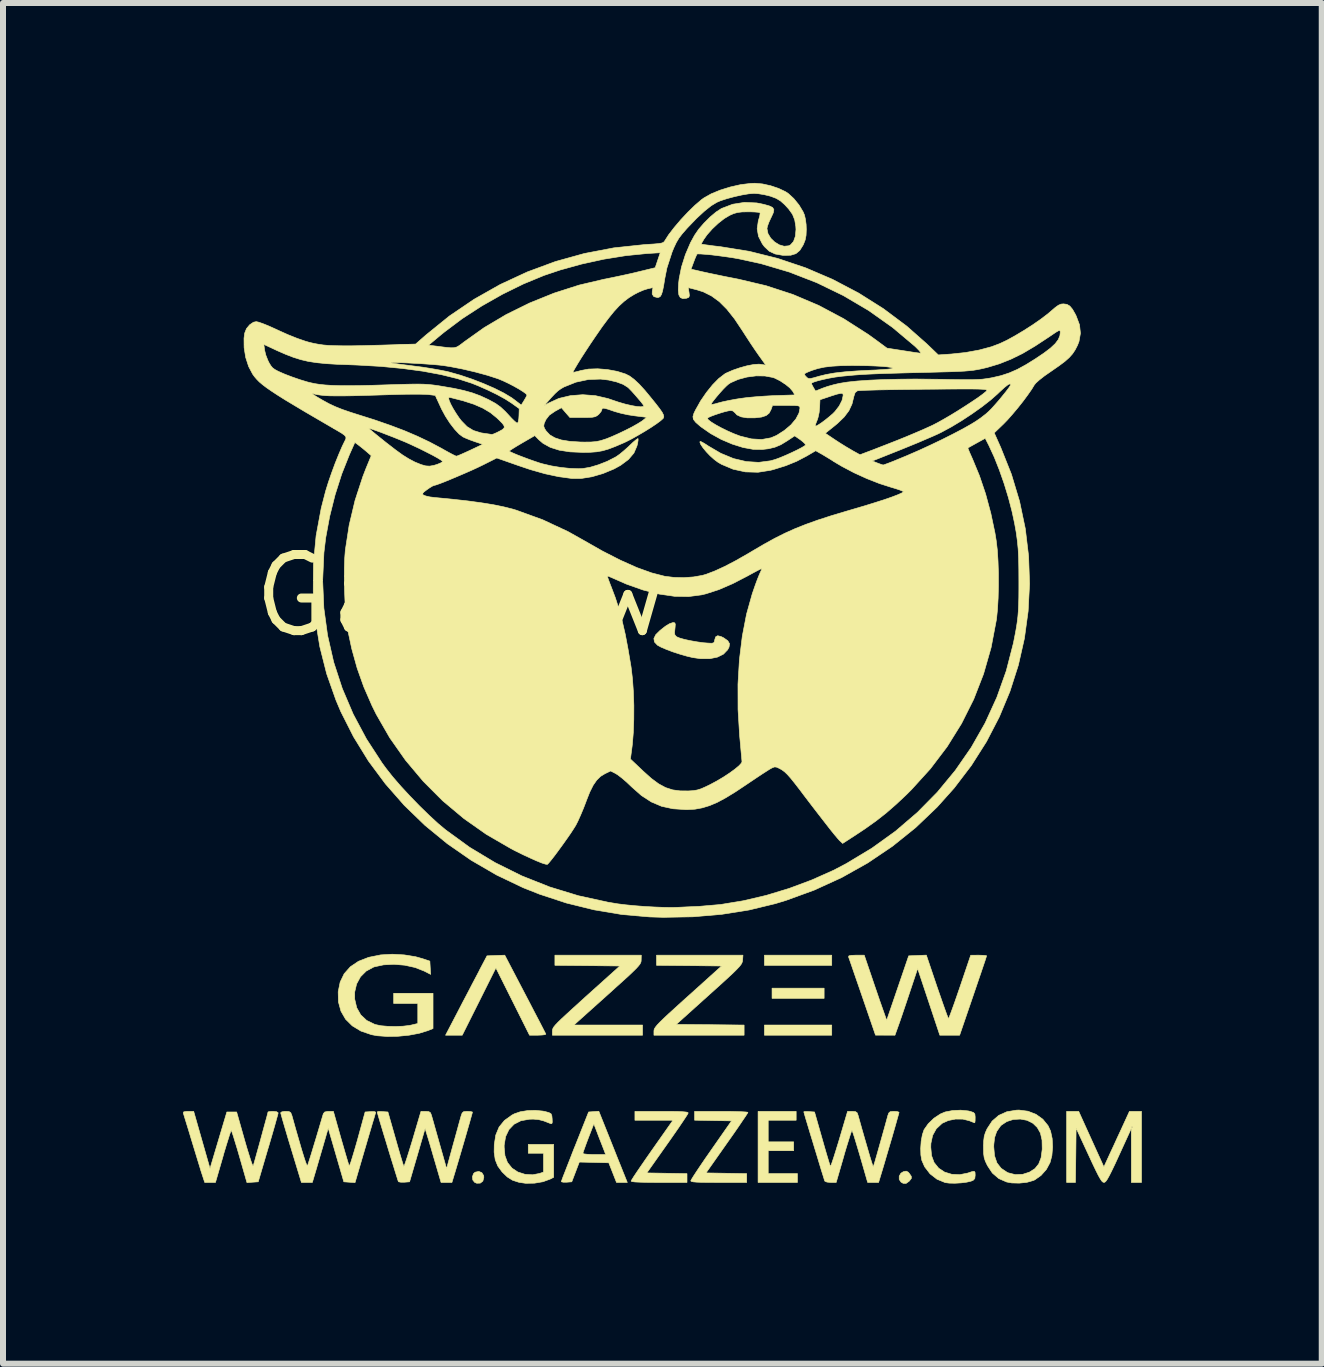
<source format=kicad_pcb>
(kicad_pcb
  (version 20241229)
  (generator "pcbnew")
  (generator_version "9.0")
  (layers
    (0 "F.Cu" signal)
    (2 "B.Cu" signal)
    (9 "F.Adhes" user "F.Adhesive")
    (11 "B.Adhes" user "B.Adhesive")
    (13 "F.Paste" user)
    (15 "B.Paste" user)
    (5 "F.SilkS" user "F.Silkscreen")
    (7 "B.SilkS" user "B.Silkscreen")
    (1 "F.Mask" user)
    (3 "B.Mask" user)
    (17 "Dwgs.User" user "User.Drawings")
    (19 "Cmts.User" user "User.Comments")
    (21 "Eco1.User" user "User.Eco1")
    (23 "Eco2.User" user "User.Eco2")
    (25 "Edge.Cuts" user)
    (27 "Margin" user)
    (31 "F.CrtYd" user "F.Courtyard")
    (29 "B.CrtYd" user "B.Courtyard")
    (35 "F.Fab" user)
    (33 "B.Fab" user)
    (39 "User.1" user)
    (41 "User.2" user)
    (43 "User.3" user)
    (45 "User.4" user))
  (footprint "Gazzew"
    (layer "F.Cu")
    (at 4.635 6.884)
    (property "Reference" "Gazzew" (at 0 0 0) (layer "F.SilkS") (effects (font (size 1.27 1.27) (thickness 0.15))))
    (attr through_hole)
    (fp_poly (pts (xy 6.054 6.71) (xy 5.186 6.71) (xy 5.186 6.54) (xy 6.054 6.54) (xy 6.054 6.71)) (stroke (width 0.01) (type solid)) (fill yes) (layer "F.SilkS"))
    (fp_poly (pts (xy 6.181 6.16) (xy 5.059 6.16) (xy 5.059 5.99) (xy 6.181 5.99) (xy 6.181 6.16)) (stroke (width 0.01) (type solid)) (fill yes) (layer "F.SilkS"))
    (fp_poly (pts (xy 6.181 7.324) (xy 5.059 7.324) (xy 5.059 7.154) (xy 6.181 7.154) (xy 6.181 7.324)) (stroke (width 0.01) (type solid)) (fill yes) (layer "F.SilkS"))
    (fp_poly (pts (xy 0.348 9.616) (xy 0.378 9.665) (xy 0.381 9.693) (xy 0.365 9.756) (xy 0.322 9.79) (xy 0.263 9.792) (xy 0.228 9.777) (xy 0.197 9.738) (xy 0.191 9.684) (xy 0.209 9.632) (xy 0.236 9.608) (xy 0.297 9.595) (xy 0.348 9.616)) (stroke (width 0.01) (type solid)) (fill yes) (layer "F.SilkS"))
    (fp_poly (pts (xy 5.588 8.742) (xy 5.122 8.742) (xy 5.122 9.102) (xy 5.546 9.102) (xy 5.546 9.25) (xy 5.122 9.25) (xy 5.122 9.631) (xy 5.609 9.631) (xy 5.609 9.779) (xy 4.953 9.779) (xy 4.953 8.594) (xy 5.588 8.594) (xy 5.588 8.742)) (stroke (width 0.01) (type solid)) (fill yes) (layer "F.SilkS"))
    (fp_poly (pts (xy 7.456 9.607) (xy 7.474 9.628) (xy 7.507 9.676) (xy 7.508 9.712) (xy 7.478 9.751) (xy 7.472 9.758) (xy 7.42 9.795) (xy 7.371 9.793) (xy 7.336 9.773) (xy 7.306 9.728) (xy 7.306 9.674) (xy 7.334 9.625) (xy 7.374 9.6) (xy 7.422 9.59) (xy 7.456 9.607)) (stroke (width 0.01) (type solid)) (fill yes) (layer "F.SilkS"))
    (fp_poly (pts (xy 1.069 6.639) (xy 1.149 6.792) (xy 1.222 6.933) (xy 1.287 7.057) (xy 1.341 7.161) (xy 1.382 7.241) (xy 1.407 7.29) (xy 1.415 7.306) (xy 1.399 7.315) (xy 1.352 7.321) (xy 1.282 7.324) (xy 1.143 7.324) (xy 0.582 6.202) (xy 0.302 6.763) (xy 0.021 7.324) (xy -0.257 7.324) (xy -0.039 6.906) (xy 0.034 6.765) (xy 0.111 6.619) (xy 0.184 6.478) (xy 0.25 6.353) (xy 0.302 6.254) (xy 0.306 6.244) (xy 0.434 6.001) (xy 0.582 5.995) (xy 0.73 5.99) (xy 1.069 6.639)) (stroke (width 0.01) (type solid)) (fill yes) (layer "F.SilkS"))
    (fp_poly (pts (xy 3.004 6.07) (xy 3.003 6.091) (xy 2.997 6.113) (xy 2.984 6.138) (xy 2.96 6.169) (xy 2.924 6.209) (xy 2.87 6.262) (xy 2.798 6.331) (xy 2.702 6.418) (xy 2.581 6.527) (xy 2.443 6.652) (xy 1.883 7.154) (xy 3.027 7.154) (xy 3.027 7.324) (xy 1.524 7.324) (xy 1.524 7.253) (xy 1.526 7.233) (xy 1.533 7.211) (xy 1.549 7.184) (xy 1.577 7.15) (xy 1.62 7.105) (xy 1.68 7.047) (xy 1.762 6.971) (xy 1.867 6.875) (xy 1.999 6.755) (xy 2.086 6.676) (xy 2.649 6.17) (xy 2.108 6.164) (xy 1.566 6.159) (xy 1.566 5.99) (xy 3.006 5.99) (xy 3.004 6.07)) (stroke (width 0.01) (type solid)) (fill yes) (layer "F.SilkS"))
    (fp_poly (pts (xy 4.695 6.072) (xy 4.692 6.095) (xy 4.684 6.118) (xy 4.669 6.145) (xy 4.643 6.178) (xy 4.604 6.22) (xy 4.548 6.276) (xy 4.471 6.348) (xy 4.372 6.439) (xy 4.246 6.553) (xy 4.139 6.649) (xy 3.589 7.144) (xy 4.155 7.149) (xy 4.72 7.155) (xy 4.72 7.324) (xy 3.217 7.324) (xy 3.217 7.255) (xy 3.219 7.235) (xy 3.227 7.213) (xy 3.245 7.186) (xy 3.274 7.15) (xy 3.318 7.104) (xy 3.381 7.043) (xy 3.464 6.965) (xy 3.572 6.867) (xy 3.707 6.744) (xy 3.781 6.678) (xy 4.345 6.17) (xy 3.802 6.164) (xy 3.26 6.159) (xy 3.26 5.99) (xy 4.701 5.99) (xy 4.695 6.072)) (stroke (width 0.01) (type solid)) (fill yes) (layer "F.SilkS"))
    (fp_poly (pts (xy 3.5 8.594) (xy 3.617 8.596) (xy 3.7 8.6) (xy 3.754 8.605) (xy 3.781 8.612) (xy 3.788 8.62) (xy 3.776 8.644) (xy 3.742 8.697) (xy 3.69 8.775) (xy 3.623 8.874) (xy 3.543 8.989) (xy 3.455 9.115) (xy 3.442 9.133) (xy 3.098 9.62) (xy 3.768 9.632) (xy 3.768 9.779) (xy 3.302 9.779) (xy 3.129 9.778) (xy 2.996 9.775) (xy 2.904 9.771) (xy 2.851 9.764) (xy 2.836 9.756) (xy 2.848 9.734) (xy 2.881 9.681) (xy 2.933 9.603) (xy 3 9.505) (xy 3.079 9.39) (xy 3.167 9.264) (xy 3.185 9.238) (xy 3.534 8.742) (xy 2.9 8.742) (xy 2.9 8.594) (xy 3.344 8.594) (xy 3.5 8.594)) (stroke (width 0.01) (type solid)) (fill yes) (layer "F.SilkS"))
    (fp_poly (pts (xy 4.471 8.594) (xy 4.588 8.597) (xy 4.682 8.6) (xy 4.749 8.604) (xy 4.781 8.609) (xy 4.784 8.611) (xy 4.772 8.632) (xy 4.739 8.683) (xy 4.687 8.759) (xy 4.621 8.857) (xy 4.542 8.971) (xy 4.453 9.097) (xy 4.434 9.124) (xy 4.085 9.62) (xy 4.424 9.626) (xy 4.763 9.632) (xy 4.763 9.779) (xy 4.297 9.779) (xy 4.138 9.778) (xy 4.018 9.777) (xy 3.931 9.774) (xy 3.874 9.769) (xy 3.842 9.762) (xy 3.831 9.753) (xy 3.831 9.752) (xy 3.843 9.728) (xy 3.876 9.674) (xy 3.927 9.596) (xy 3.994 9.496) (xy 4.072 9.381) (xy 4.16 9.255) (xy 4.171 9.239) (xy 4.511 8.752) (xy 4.203 8.747) (xy 3.895 8.741) (xy 3.895 8.594) (xy 4.339 8.594) (xy 4.471 8.594)) (stroke (width 0.01) (type solid)) (fill yes) (layer "F.SilkS"))
    (fp_poly (pts (xy 11.345 9.779) (xy 11.176 9.779) (xy 11.176 9.329) (xy 11.175 8.879) (xy 10.969 9.329) (xy 10.902 9.475) (xy 10.848 9.587) (xy 10.807 9.668) (xy 10.776 9.724) (xy 10.752 9.758) (xy 10.733 9.775) (xy 10.719 9.778) (xy 10.702 9.773) (xy 10.682 9.755) (xy 10.658 9.719) (xy 10.625 9.661) (xy 10.583 9.577) (xy 10.528 9.462) (xy 10.465 9.326) (xy 10.255 8.873) (xy 10.25 9.326) (xy 10.244 9.779) (xy 10.097 9.779) (xy 10.097 8.594) (xy 10.197 8.594) (xy 10.298 8.594) (xy 10.508 9.057) (xy 10.718 9.52) (xy 10.826 9.284) (xy 10.883 9.162) (xy 10.946 9.024) (xy 11.008 8.891) (xy 11.023 8.858) (xy 11.176 8.858) (xy 11.187 8.869) (xy 11.197 8.858) (xy 11.187 8.848) (xy 11.176 8.858) (xy 11.023 8.858) (xy 11.04 8.821) (xy 11.144 8.594) (xy 11.245 8.594) (xy 11.345 8.594) (xy 11.345 9.779)) (stroke (width 0.01) (type solid)) (fill yes) (layer "F.SilkS"))
    (fp_poly (pts (xy 3.566 0.451) (xy 3.573 0.475) (xy 3.569 0.529) (xy 3.567 0.549) (xy 3.56 0.613) (xy 3.566 0.65) (xy 3.587 0.675) (xy 3.602 0.685) (xy 3.649 0.704) (xy 3.727 0.726) (xy 3.825 0.747) (xy 3.933 0.766) (xy 4.039 0.781) (xy 4.117 0.787) (xy 4.18 0.79) (xy 4.212 0.783) (xy 4.225 0.762) (xy 4.23 0.734) (xy 4.246 0.683) (xy 4.28 0.664) (xy 4.338 0.679) (xy 4.38 0.7) (xy 4.448 0.748) (xy 4.477 0.797) (xy 4.469 0.854) (xy 4.446 0.898) (xy 4.376 0.971) (xy 4.275 1.021) (xy 4.147 1.047) (xy 3.995 1.047) (xy 3.863 1.028) (xy 3.762 1.004) (xy 3.648 0.971) (xy 3.531 0.933) (xy 3.423 0.892) (xy 3.334 0.854) (xy 3.276 0.822) (xy 3.276 0.822) (xy 3.226 0.769) (xy 3.216 0.711) (xy 3.248 0.646) (xy 3.318 0.577) (xy 3.408 0.506) (xy 3.477 0.464) (xy 3.53 0.446) (xy 3.546 0.445) (xy 3.566 0.451)) (stroke (width 0.01) (type solid)) (fill yes) (layer "F.SilkS"))
    (fp_poly (pts (xy 2.508 9.117) (xy 2.565 9.26) (xy 2.618 9.394) (xy 2.666 9.512) (xy 2.704 9.608) (xy 2.732 9.677) (xy 2.745 9.71) (xy 2.773 9.779) (xy 2.683 9.779) (xy 2.593 9.779) (xy 2.464 9.451) (xy 2.218 9.445) (xy 1.973 9.439) (xy 1.91 9.604) (xy 1.847 9.768) (xy 1.76 9.775) (xy 1.706 9.775) (xy 1.676 9.768) (xy 1.673 9.764) (xy 1.681 9.741) (xy 1.702 9.683) (xy 1.736 9.597) (xy 1.779 9.486) (xy 1.83 9.356) (xy 1.854 9.294) (xy 2.032 9.294) (xy 2.052 9.303) (xy 2.104 9.309) (xy 2.18 9.313) (xy 2.222 9.313) (xy 2.412 9.313) (xy 2.374 9.213) (xy 2.346 9.141) (xy 2.31 9.05) (xy 2.275 8.958) (xy 2.275 8.957) (xy 2.215 8.802) (xy 2.123 9.039) (xy 2.088 9.132) (xy 2.059 9.212) (xy 2.039 9.269) (xy 2.032 9.294) (xy 1.854 9.294) (xy 1.886 9.212) (xy 1.901 9.176) (xy 2.128 8.604) (xy 2.213 8.598) (xy 2.298 8.592) (xy 2.508 9.117)) (stroke (width 0.01) (type solid)) (fill yes) (layer "F.SilkS"))
    (fp_poly (pts (xy -0.946 5.985) (xy -0.755 6.016) (xy -0.635 6.05) (xy -0.519 6.089) (xy -0.506 6.31) (xy -0.613 6.255) (xy -0.766 6.195) (xy -0.938 6.157) (xy -1.117 6.142) (xy -1.29 6.151) (xy -1.444 6.184) (xy -1.46 6.19) (xy -1.58 6.255) (xy -1.675 6.35) (xy -1.74 6.469) (xy -1.772 6.605) (xy -1.772 6.721) (xy -1.738 6.866) (xy -1.671 6.985) (xy -1.572 7.078) (xy -1.44 7.142) (xy -1.424 7.147) (xy -1.336 7.166) (xy -1.22 7.176) (xy -1.092 7.179) (xy -0.967 7.174) (xy -0.858 7.161) (xy -0.829 7.155) (xy -0.72 7.129) (xy -0.72 6.795) (xy -1.122 6.795) (xy -1.122 6.625) (xy -0.466 6.625) (xy -0.466 7.213) (xy -0.553 7.248) (xy -0.696 7.292) (xy -0.866 7.324) (xy -1.049 7.342) (xy -1.23 7.345) (xy -1.397 7.333) (xy -1.493 7.315) (xy -1.668 7.255) (xy -1.812 7.168) (xy -1.924 7.057) (xy -2.001 6.923) (xy -2.043 6.769) (xy -2.047 6.6) (xy -2.014 6.438) (xy -1.947 6.299) (xy -1.844 6.183) (xy -1.709 6.092) (xy -1.54 6.026) (xy -1.338 5.985) (xy -1.335 5.985) (xy -1.145 5.974) (xy -0.946 5.985)) (stroke (width 0.01) (type solid)) (fill yes) (layer "F.SilkS"))
    (fp_poly (pts (xy 1.365 8.589) (xy 1.408 8.598) (xy 1.47 8.616) (xy 1.502 8.635) (xy 1.515 8.667) (xy 1.52 8.718) (xy 1.522 8.775) (xy 1.515 8.798) (xy 1.496 8.798) (xy 1.488 8.795) (xy 1.38 8.753) (xy 1.291 8.73) (xy 1.203 8.723) (xy 1.139 8.725) (xy 0.999 8.75) (xy 0.885 8.808) (xy 0.8 8.897) (xy 0.744 9.014) (xy 0.72 9.157) (xy 0.72 9.191) (xy 0.733 9.332) (xy 0.775 9.446) (xy 0.849 9.538) (xy 0.85 9.54) (xy 0.948 9.605) (xy 1.067 9.643) (xy 1.194 9.651) (xy 1.309 9.629) (xy 1.376 9.606) (xy 1.376 9.292) (xy 1.122 9.292) (xy 1.122 9.144) (xy 1.545 9.144) (xy 1.545 9.693) (xy 1.487 9.723) (xy 1.366 9.767) (xy 1.224 9.791) (xy 1.078 9.793) (xy 0.968 9.777) (xy 0.86 9.742) (xy 0.772 9.687) (xy 0.685 9.603) (xy 0.683 9.6) (xy 0.613 9.504) (xy 0.571 9.399) (xy 0.553 9.275) (xy 0.555 9.149) (xy 0.58 8.989) (xy 0.635 8.856) (xy 0.724 8.746) (xy 0.849 8.656) (xy 0.889 8.635) (xy 0.987 8.601) (xy 1.109 8.581) (xy 1.24 8.577) (xy 1.365 8.589)) (stroke (width 0.01) (type solid)) (fill yes) (layer "F.SilkS"))
    (fp_poly (pts (xy 7.937 6.519) (xy 7.986 6.66) (xy 8.03 6.787) (xy 8.068 6.894) (xy 8.098 6.977) (xy 8.119 7.03) (xy 8.128 7.048) (xy 8.137 7.029) (xy 8.158 6.975) (xy 8.189 6.891) (xy 8.228 6.783) (xy 8.272 6.656) (xy 8.319 6.52) (xy 8.498 5.991) (xy 8.631 5.99) (xy 8.699 5.992) (xy 8.747 5.996) (xy 8.763 6) (xy 8.756 6.022) (xy 8.738 6.079) (xy 8.708 6.167) (xy 8.67 6.28) (xy 8.624 6.414) (xy 8.573 6.564) (xy 8.538 6.667) (xy 8.313 7.324) (xy 7.983 7.324) (xy 7.798 6.768) (xy 7.613 6.213) (xy 7.479 6.615) (xy 7.434 6.75) (xy 7.389 6.883) (xy 7.348 7.004) (xy 7.314 7.103) (xy 7.29 7.17) (xy 7.235 7.324) (xy 6.911 7.323) (xy 6.691 6.683) (xy 6.637 6.526) (xy 6.587 6.382) (xy 6.543 6.254) (xy 6.507 6.149) (xy 6.48 6.071) (xy 6.464 6.026) (xy 6.461 6.017) (xy 6.468 6.001) (xy 6.506 5.993) (xy 6.58 5.99) (xy 6.587 5.99) (xy 6.723 5.99) (xy 6.847 6.355) (xy 6.892 6.488) (xy 6.938 6.622) (xy 6.98 6.745) (xy 7.016 6.847) (xy 7.034 6.898) (xy 7.097 7.076) (xy 7.464 6.001) (xy 7.758 5.989) (xy 7.937 6.519)) (stroke (width 0.01) (type solid)) (fill yes) (layer "F.SilkS"))
    (fp_poly (pts (xy 8.455 8.586) (xy 8.493 8.595) (xy 8.545 8.613) (xy 8.567 8.638) (xy 8.572 8.686) (xy 8.572 8.7) (xy 8.571 8.753) (xy 8.566 8.782) (xy 8.565 8.784) (xy 8.542 8.777) (xy 8.495 8.758) (xy 8.475 8.75) (xy 8.367 8.723) (xy 8.245 8.722) (xy 8.125 8.746) (xy 8.025 8.791) (xy 8.019 8.795) (xy 7.924 8.884) (xy 7.863 8.994) (xy 7.834 9.128) (xy 7.832 9.191) (xy 7.845 9.332) (xy 7.887 9.446) (xy 7.961 9.538) (xy 7.962 9.54) (xy 8.062 9.606) (xy 8.183 9.643) (xy 8.315 9.649) (xy 8.446 9.623) (xy 8.456 9.62) (xy 8.521 9.598) (xy 8.556 9.593) (xy 8.57 9.611) (xy 8.572 9.652) (xy 8.572 9.661) (xy 8.566 9.713) (xy 8.54 9.742) (xy 8.504 9.757) (xy 8.432 9.774) (xy 8.337 9.786) (xy 8.234 9.792) (xy 8.139 9.79) (xy 8.072 9.781) (xy 7.936 9.725) (xy 7.82 9.635) (xy 7.73 9.518) (xy 7.683 9.411) (xy 7.667 9.322) (xy 7.664 9.21) (xy 7.672 9.092) (xy 7.692 8.983) (xy 7.72 8.9) (xy 7.721 8.898) (xy 7.79 8.8) (xy 7.884 8.709) (xy 7.991 8.638) (xy 8.071 8.604) (xy 8.195 8.58) (xy 8.33 8.574) (xy 8.455 8.586)) (stroke (width 0.01) (type solid)) (fill yes) (layer "F.SilkS"))
    (fp_poly (pts (xy 9.451 8.591) (xy 9.586 8.643) (xy 9.7 8.725) (xy 9.787 8.832) (xy 9.829 8.922) (xy 9.856 9.047) (xy 9.863 9.189) (xy 9.851 9.331) (xy 9.821 9.446) (xy 9.759 9.562) (xy 9.67 9.662) (xy 9.565 9.736) (xy 9.539 9.747) (xy 9.434 9.777) (xy 9.308 9.79) (xy 9.183 9.787) (xy 9.096 9.771) (xy 8.966 9.714) (xy 8.859 9.622) (xy 8.774 9.494) (xy 8.774 9.492) (xy 8.741 9.423) (xy 8.722 9.363) (xy 8.713 9.297) (xy 8.711 9.208) (xy 8.711 9.186) (xy 8.882 9.186) (xy 8.895 9.335) (xy 8.935 9.453) (xy 9.005 9.543) (xy 9.105 9.61) (xy 9.123 9.618) (xy 9.24 9.648) (xy 9.365 9.643) (xy 9.477 9.607) (xy 9.568 9.549) (xy 9.631 9.471) (xy 9.671 9.368) (xy 9.689 9.234) (xy 9.69 9.22) (xy 9.687 9.073) (xy 9.66 8.955) (xy 9.607 8.862) (xy 9.536 8.793) (xy 9.438 8.743) (xy 9.325 8.722) (xy 9.207 8.729) (xy 9.098 8.764) (xy 9.008 8.824) (xy 8.993 8.84) (xy 8.931 8.929) (xy 8.896 9.03) (xy 8.882 9.155) (xy 8.882 9.186) (xy 8.711 9.186) (xy 8.711 9.185) (xy 8.714 9.086) (xy 8.723 9.012) (xy 8.742 8.949) (xy 8.771 8.884) (xy 8.855 8.756) (xy 8.965 8.661) (xy 9.1 8.6) (xy 9.258 8.574) (xy 9.303 8.572) (xy 9.451 8.591)) (stroke (width 0.01) (type solid)) (fill yes) (layer "F.SilkS"))
    (fp_poly (pts (xy -3.073 8.6) (xy -3.049 8.617) (xy -3.048 8.62) (xy -3.054 8.647) (xy -3.071 8.708) (xy -3.096 8.799) (xy -3.129 8.915) (xy -3.168 9.049) (xy -3.211 9.196) (xy -3.215 9.207) (xy -3.38 9.768) (xy -3.568 9.781) (xy -3.693 9.346) (xy -3.73 9.218) (xy -3.765 9.105) (xy -3.793 9.012) (xy -3.815 8.947) (xy -3.828 8.914) (xy -3.83 8.911) (xy -3.839 8.931) (xy -3.858 8.985) (xy -3.884 9.068) (xy -3.917 9.174) (xy -3.954 9.297) (xy -3.967 9.345) (xy -4.093 9.779) (xy -4.272 9.779) (xy -4.315 9.647) (xy -4.335 9.586) (xy -4.363 9.493) (xy -4.399 9.376) (xy -4.439 9.245) (xy -4.481 9.107) (xy -4.489 9.081) (xy -4.528 8.951) (xy -4.564 8.834) (xy -4.594 8.737) (xy -4.616 8.665) (xy -4.628 8.625) (xy -4.63 8.62) (xy -4.622 8.602) (xy -4.578 8.595) (xy -4.548 8.594) (xy -4.456 8.594) (xy -4.32 9.071) (xy -4.184 9.547) (xy -3.903 8.604) (xy -3.74 8.604) (xy -3.608 9.07) (xy -3.57 9.201) (xy -3.535 9.314) (xy -3.506 9.406) (xy -3.483 9.471) (xy -3.468 9.502) (xy -3.464 9.504) (xy -3.455 9.474) (xy -3.437 9.412) (xy -3.413 9.325) (xy -3.384 9.221) (xy -3.352 9.106) (xy -3.32 8.988) (xy -3.289 8.874) (xy -3.261 8.772) (xy -3.238 8.688) (xy -3.223 8.63) (xy -3.217 8.605) (xy -3.217 8.604) (xy -3.199 8.598) (xy -3.152 8.594) (xy -3.133 8.594) (xy -3.073 8.6)) (stroke (width 0.01) (type solid)) (fill yes) (layer "F.SilkS"))
    (fp_poly (pts (xy -2.867 8.597) (xy -2.838 8.615) (xy -2.821 8.657) (xy -2.819 8.662) (xy -2.755 8.891) (xy -2.7 9.081) (xy -2.656 9.233) (xy -2.62 9.349) (xy -2.593 9.431) (xy -2.574 9.481) (xy -2.562 9.5) (xy -2.559 9.499) (xy -2.549 9.471) (xy -2.528 9.406) (xy -2.497 9.308) (xy -2.459 9.182) (xy -2.413 9.031) (xy -2.362 8.86) (xy -2.307 8.673) (xy -2.294 8.631) (xy -2.271 8.604) (xy -2.217 8.594) (xy -2.205 8.594) (xy -2.127 8.594) (xy -2.002 9.038) (xy -1.964 9.169) (xy -1.93 9.287) (xy -1.901 9.385) (xy -1.879 9.457) (xy -1.866 9.497) (xy -1.864 9.502) (xy -1.855 9.489) (xy -1.836 9.44) (xy -1.811 9.361) (xy -1.78 9.258) (xy -1.744 9.135) (xy -1.724 9.064) (xy -1.598 8.604) (xy -1.505 8.598) (xy -1.447 8.597) (xy -1.423 8.606) (xy -1.423 8.619) (xy -1.432 8.646) (xy -1.45 8.708) (xy -1.478 8.799) (xy -1.512 8.915) (xy -1.552 9.05) (xy -1.595 9.198) (xy -1.6 9.214) (xy -1.766 9.781) (xy -1.86 9.775) (xy -1.953 9.768) (xy -2.083 9.321) (xy -2.213 8.873) (xy -2.306 9.194) (xy -2.342 9.316) (xy -2.377 9.436) (xy -2.408 9.543) (xy -2.432 9.624) (xy -2.439 9.647) (xy -2.478 9.779) (xy -2.66 9.779) (xy -2.833 9.209) (xy -2.878 9.061) (xy -2.918 8.925) (xy -2.953 8.807) (xy -2.98 8.713) (xy -2.998 8.648) (xy -3.006 8.618) (xy -3.006 8.617) (xy -2.987 8.602) (xy -2.94 8.594) (xy -2.922 8.594) (xy -2.867 8.597)) (stroke (width 0.01) (type solid)) (fill yes) (layer "F.SilkS"))
    (fp_poly (pts (xy 0.159 8.597) (xy 0.189 8.604) (xy 0.191 8.607) (xy 0.185 8.631) (xy 0.169 8.688) (xy 0.145 8.774) (xy 0.114 8.881) (xy 0.079 9.003) (xy 0.041 9.133) (xy 0.002 9.266) (xy -0.036 9.395) (xy -0.071 9.513) (xy -0.098 9.604) (xy -0.151 9.779) (xy -0.332 9.779) (xy -0.423 9.467) (xy -0.459 9.345) (xy -0.494 9.224) (xy -0.525 9.118) (xy -0.55 9.036) (xy -0.556 9.017) (xy -0.598 8.879) (xy -0.727 9.324) (xy -0.857 9.768) (xy -0.945 9.775) (xy -1.002 9.775) (xy -1.038 9.768) (xy -1.043 9.764) (xy -1.052 9.741) (xy -1.07 9.683) (xy -1.097 9.597) (xy -1.13 9.49) (xy -1.168 9.368) (xy -1.208 9.237) (xy -1.248 9.104) (xy -1.288 8.974) (xy -1.324 8.854) (xy -1.355 8.751) (xy -1.378 8.671) (xy -1.393 8.619) (xy -1.397 8.603) (xy -1.378 8.597) (xy -1.331 8.596) (xy -1.308 8.598) (xy -1.218 8.604) (xy -1.09 9.053) (xy -1.053 9.183) (xy -1.019 9.3) (xy -0.99 9.397) (xy -0.968 9.468) (xy -0.955 9.506) (xy -0.952 9.511) (xy -0.944 9.495) (xy -0.925 9.443) (xy -0.898 9.362) (xy -0.865 9.257) (xy -0.827 9.134) (xy -0.804 9.058) (xy -0.667 8.594) (xy -0.588 8.594) (xy -0.536 8.598) (xy -0.508 8.617) (xy -0.49 8.664) (xy -0.488 8.673) (xy -0.475 8.718) (xy -0.453 8.796) (xy -0.424 8.899) (xy -0.39 9.019) (xy -0.354 9.147) (xy -0.353 9.15) (xy -0.24 9.548) (xy -0.131 9.15) (xy -0.095 9.021) (xy -0.062 8.901) (xy -0.034 8.798) (xy -0.012 8.719) (xy 0.001 8.673) (xy 0.001 8.673) (xy 0.019 8.622) (xy 0.044 8.599) (xy 0.093 8.594) (xy 0.107 8.594) (xy 0.159 8.597)) (stroke (width 0.01) (type solid)) (fill yes) (layer "F.SilkS"))
    (fp_poly (pts (xy 7.271 8.597) (xy 7.3 8.607) (xy 7.303 8.61) (xy 7.297 8.635) (xy 7.28 8.695) (xy 7.255 8.784) (xy 7.223 8.897) (xy 7.185 9.029) (xy 7.142 9.174) (xy 7.097 9.327) (xy 7.052 9.481) (xy 7.015 9.604) (xy 6.962 9.779) (xy 6.78 9.779) (xy 6.655 9.345) (xy 6.617 9.217) (xy 6.583 9.104) (xy 6.555 9.012) (xy 6.533 8.947) (xy 6.52 8.914) (xy 6.518 8.911) (xy 6.509 8.931) (xy 6.49 8.985) (xy 6.464 9.068) (xy 6.431 9.174) (xy 6.394 9.297) (xy 6.381 9.345) (xy 6.255 9.779) (xy 6.164 9.779) (xy 6.102 9.773) (xy 6.067 9.758) (xy 6.064 9.753) (xy 6.054 9.723) (xy 6.035 9.661) (xy 6.007 9.572) (xy 5.974 9.463) (xy 5.937 9.34) (xy 5.897 9.209) (xy 5.857 9.076) (xy 5.818 8.949) (xy 5.783 8.832) (xy 5.753 8.733) (xy 5.731 8.657) (xy 5.718 8.612) (xy 5.715 8.601) (xy 5.734 8.596) (xy 5.781 8.596) (xy 5.804 8.598) (xy 5.894 8.604) (xy 6.022 9.053) (xy 6.059 9.183) (xy 6.093 9.3) (xy 6.122 9.397) (xy 6.144 9.468) (xy 6.157 9.506) (xy 6.16 9.511) (xy 6.168 9.495) (xy 6.187 9.443) (xy 6.214 9.362) (xy 6.247 9.257) (xy 6.285 9.134) (xy 6.308 9.058) (xy 6.445 8.594) (xy 6.524 8.594) (xy 6.577 8.598) (xy 6.605 8.618) (xy 6.621 8.662) (xy 6.68 8.873) (xy 6.733 9.058) (xy 6.779 9.216) (xy 6.816 9.343) (xy 6.845 9.437) (xy 6.864 9.496) (xy 6.873 9.516) (xy 6.874 9.516) (xy 6.881 9.494) (xy 6.899 9.438) (xy 6.924 9.351) (xy 6.955 9.242) (xy 6.991 9.114) (xy 7.03 8.975) (xy 7.071 8.829) (xy 7.111 8.683) (xy 7.113 8.673) (xy 7.131 8.622) (xy 7.156 8.599) (xy 7.204 8.594) (xy 7.219 8.594) (xy 7.271 8.597)) (stroke (width 0.01) (type solid)) (fill yes) (layer "F.SilkS"))
    (fp_poly (pts (xy 5.025 -6.868) (xy 5.161 -6.838) (xy 5.295 -6.793) (xy 5.409 -6.739) (xy 5.455 -6.709) (xy 5.548 -6.624) (xy 5.635 -6.517) (xy 5.703 -6.404) (xy 5.726 -6.35) (xy 5.742 -6.281) (xy 5.754 -6.191) (xy 5.757 -6.108) (xy 5.753 -6.01) (xy 5.738 -5.933) (xy 5.708 -5.857) (xy 5.701 -5.844) (xy 5.648 -5.759) (xy 5.583 -5.705) (xy 5.498 -5.679) (xy 5.386 -5.677) (xy 5.361 -5.678) (xy 5.237 -5.7) (xy 5.139 -5.746) (xy 5.058 -5.823) (xy 5.023 -5.87) (xy 4.96 -5.994) (xy 4.938 -6.12) (xy 4.957 -6.252) (xy 4.962 -6.268) (xy 4.98 -6.33) (xy 4.987 -6.375) (xy 4.984 -6.389) (xy 4.958 -6.395) (xy 4.9 -6.4) (xy 4.822 -6.403) (xy 4.787 -6.403) (xy 4.687 -6.401) (xy 4.612 -6.392) (xy 4.547 -6.374) (xy 4.481 -6.345) (xy 4.39 -6.291) (xy 4.288 -6.211) (xy 4.189 -6.118) (xy 4.103 -6.021) (xy 4.048 -5.943) (xy 4.003 -5.865) (xy 4.07 -5.854) (xy 4.122 -5.847) (xy 4.202 -5.836) (xy 4.295 -5.825) (xy 4.329 -5.821) (xy 4.806 -5.744) (xy 5.279 -5.626) (xy 5.743 -5.47) (xy 6.194 -5.277) (xy 6.628 -5.049) (xy 7.042 -4.788) (xy 7.431 -4.497) (xy 7.762 -4.205) (xy 7.958 -4.017) (xy 8.175 -4.032) (xy 8.411 -4.057) (xy 8.637 -4.098) (xy 8.843 -4.153) (xy 8.981 -4.205) (xy 9.1 -4.261) (xy 9.238 -4.337) (xy 9.385 -4.425) (xy 9.532 -4.519) (xy 9.667 -4.613) (xy 9.78 -4.699) (xy 9.832 -4.743) (xy 9.905 -4.806) (xy 9.959 -4.845) (xy 10.003 -4.864) (xy 10.044 -4.868) (xy 10.102 -4.86) (xy 10.15 -4.832) (xy 10.195 -4.778) (xy 10.245 -4.69) (xy 10.256 -4.667) (xy 10.312 -4.518) (xy 10.327 -4.378) (xy 10.303 -4.241) (xy 10.278 -4.177) (xy 10.239 -4.101) (xy 10.196 -4.036) (xy 10.14 -3.973) (xy 10.067 -3.908) (xy 9.969 -3.835) (xy 9.841 -3.746) (xy 9.838 -3.744) (xy 9.73 -3.669) (xy 9.644 -3.602) (xy 9.584 -3.548) (xy 9.558 -3.516) (xy 9.515 -3.445) (xy 9.45 -3.352) (xy 9.371 -3.245) (xy 9.283 -3.134) (xy 9.193 -3.027) (xy 9.11 -2.933) (xy 9.046 -2.867) (xy 8.89 -2.717) (xy 8.998 -2.475) (xy 9.176 -2.029) (xy 9.312 -1.577) (xy 9.408 -1.12) (xy 9.463 -0.661) (xy 9.479 -0.201) (xy 9.455 0.256) (xy 9.393 0.709) (xy 9.292 1.155) (xy 9.152 1.592) (xy 8.975 2.017) (xy 8.761 2.43) (xy 8.509 2.827) (xy 8.221 3.205) (xy 7.938 3.521) (xy 7.58 3.863) (xy 7.193 4.174) (xy 6.781 4.452) (xy 6.346 4.696) (xy 5.889 4.905) (xy 5.414 5.078) (xy 5.239 5.131) (xy 4.805 5.236) (xy 4.346 5.309) (xy 3.868 5.35) (xy 3.374 5.359) (xy 3.143 5.352) (xy 2.684 5.312) (xy 2.219 5.234) (xy 1.756 5.12) (xy 1.304 4.971) (xy 1.037 4.865) (xy 0.593 4.653) (xy 0.17 4.407) (xy -0.228 4.131) (xy -0.601 3.825) (xy -0.946 3.491) (xy -1.26 3.133) (xy -1.543 2.752) (xy -1.791 2.349) (xy -2.004 1.928) (xy -2.085 1.736) (xy -2.239 1.299) (xy -2.353 0.849) (xy -2.428 0.39) (xy -2.463 -0.074) (xy -2.462 -0.256) (xy -2.306 -0.256) (xy -2.286 0.204) (xy -2.224 0.659) (xy -2.122 1.106) (xy -1.979 1.544) (xy -1.797 1.971) (xy -1.576 2.385) (xy -1.316 2.785) (xy -1.247 2.879) (xy -1.137 3.018) (xy -1.002 3.174) (xy -0.85 3.338) (xy -0.69 3.503) (xy -0.531 3.658) (xy -0.38 3.797) (xy -0.254 3.902) (xy 0.145 4.192) (xy 0.569 4.447) (xy 1.014 4.668) (xy 1.477 4.852) (xy 1.958 4.999) (xy 2.452 5.107) (xy 2.614 5.134) (xy 2.743 5.15) (xy 2.896 5.165) (xy 3.062 5.178) (xy 3.228 5.187) (xy 3.384 5.193) (xy 3.517 5.195) (xy 3.588 5.193) (xy 3.661 5.19) (xy 3.763 5.185) (xy 3.878 5.18) (xy 3.971 5.176) (xy 4.329 5.145) (xy 4.705 5.083) (xy 5.089 4.993) (xy 5.474 4.876) (xy 5.851 4.735) (xy 6.212 4.574) (xy 6.424 4.463) (xy 6.849 4.207) (xy 7.245 3.922) (xy 7.609 3.61) (xy 7.942 3.272) (xy 8.241 2.91) (xy 8.507 2.526) (xy 8.738 2.12) (xy 8.933 1.693) (xy 9.091 1.249) (xy 9.21 0.787) (xy 9.244 0.614) (xy 9.262 0.513) (xy 9.275 0.424) (xy 9.285 0.338) (xy 9.292 0.248) (xy 9.297 0.146) (xy 9.3 0.022) (xy 9.301 -0.132) (xy 9.301 -0.233) (xy 9.3 -0.445) (xy 9.297 -0.624) (xy 9.289 -0.78) (xy 9.275 -0.922) (xy 9.256 -1.061) (xy 9.23 -1.205) (xy 9.196 -1.365) (xy 9.184 -1.418) (xy 9.126 -1.64) (xy 9.055 -1.872) (xy 8.975 -2.1) (xy 8.891 -2.312) (xy 8.807 -2.494) (xy 8.807 -2.495) (xy 8.74 -2.627) (xy 8.598 -2.549) (xy 8.53 -2.511) (xy 8.478 -2.482) (xy 8.452 -2.467) (xy 8.451 -2.466) (xy 8.457 -2.447) (xy 8.477 -2.397) (xy 8.508 -2.327) (xy 8.529 -2.28) (xy 8.643 -2.004) (xy 8.746 -1.7) (xy 8.833 -1.377) (xy 8.902 -1.05) (xy 8.923 -0.921) (xy 8.941 -0.767) (xy 8.953 -0.582) (xy 8.96 -0.379) (xy 8.96 -0.169) (xy 8.955 0.037) (xy 8.944 0.226) (xy 8.928 0.387) (xy 8.925 0.403) (xy 8.838 0.861) (xy 8.712 1.301) (xy 8.548 1.723) (xy 8.345 2.128) (xy 8.105 2.514) (xy 7.826 2.882) (xy 7.509 3.231) (xy 7.427 3.313) (xy 7.252 3.477) (xy 7.088 3.62) (xy 6.921 3.751) (xy 6.737 3.882) (xy 6.591 3.979) (xy 6.363 4.127) (xy 6.312 4.08) (xy 6.281 4.045) (xy 6.226 3.98) (xy 6.152 3.888) (xy 6.062 3.772) (xy 5.957 3.637) (xy 5.84 3.485) (xy 5.715 3.321) (xy 5.656 3.242) (xy 5.567 3.127) (xy 5.498 3.041) (xy 5.442 2.978) (xy 5.395 2.933) (xy 5.35 2.9) (xy 5.311 2.878) (xy 5.264 2.856) (xy 5.23 2.851) (xy 5.191 2.865) (xy 5.147 2.889) (xy 5.1 2.919) (xy 5.025 2.967) (xy 4.933 3.028) (xy 4.83 3.097) (xy 4.768 3.139) (xy 4.579 3.265) (xy 4.416 3.365) (xy 4.273 3.442) (xy 4.143 3.497) (xy 4.021 3.534) (xy 3.901 3.556) (xy 3.777 3.563) (xy 3.747 3.563) (xy 3.534 3.549) (xy 3.345 3.508) (xy 3.173 3.435) (xy 3.008 3.328) (xy 2.844 3.183) (xy 2.841 3.18) (xy 2.762 3.105) (xy 2.684 3.038) (xy 2.618 2.987) (xy 2.579 2.962) (xy 2.495 2.919) (xy 2.401 2.964) (xy 2.327 3.009) (xy 2.263 3.072) (xy 2.204 3.157) (xy 2.147 3.271) (xy 2.088 3.42) (xy 2.085 3.43) (xy 2.041 3.544) (xy 1.993 3.658) (xy 1.948 3.758) (xy 1.914 3.825) (xy 1.879 3.881) (xy 1.829 3.958) (xy 1.767 4.047) (xy 1.699 4.143) (xy 1.629 4.239) (xy 1.564 4.327) (xy 1.507 4.4) (xy 1.464 4.452) (xy 1.441 4.476) (xy 1.411 4.473) (xy 1.35 4.454) (xy 1.263 4.419) (xy 1.156 4.371) (xy 1.033 4.314) (xy 0.901 4.249) (xy 0.826 4.209) (xy 0.425 3.977) (xy 0.047 3.711) (xy -0.306 3.415) (xy -0.63 3.09) (xy -0.925 2.739) (xy -1.187 2.366) (xy -1.413 1.973) (xy -1.483 1.831) (xy -1.62 1.517) (xy -1.731 1.205) (xy -1.821 0.881) (xy -1.887 0.572) (xy -1.906 0.444) (xy -1.921 0.284) (xy -1.933 0.103) (xy -1.941 -0.09) (xy -1.945 -0.284) (xy -1.945 -0.331) (xy 2.441 -0.331) (xy 2.445 -0.31) (xy 2.463 -0.259) (xy 2.49 -0.187) (xy 2.506 -0.147) (xy 2.574 0.033) (xy 2.634 0.22) (xy 2.688 0.421) (xy 2.739 0.642) (xy 2.786 0.891) (xy 2.834 1.175) (xy 2.837 1.196) (xy 2.859 1.383) (xy 2.874 1.597) (xy 2.882 1.827) (xy 2.881 2.059) (xy 2.873 2.278) (xy 2.857 2.473) (xy 2.853 2.508) (xy 2.825 2.72) (xy 3.038 2.922) (xy 3.174 3.044) (xy 3.296 3.134) (xy 3.411 3.196) (xy 3.528 3.234) (xy 3.655 3.251) (xy 3.792 3.252) (xy 3.872 3.247) (xy 3.938 3.236) (xy 4.003 3.216) (xy 4.082 3.181) (xy 4.152 3.147) (xy 4.266 3.086) (xy 4.377 3.02) (xy 4.48 2.952) (xy 4.568 2.888) (xy 4.635 2.832) (xy 4.676 2.787) (xy 4.685 2.763) (xy 4.682 2.731) (xy 4.676 2.663) (xy 4.667 2.568) (xy 4.657 2.453) (xy 4.645 2.325) (xy 4.645 2.323) (xy 4.619 1.895) (xy 4.618 1.473) (xy 4.642 1.064) (xy 4.69 0.672) (xy 4.761 0.304) (xy 4.856 -0.035) (xy 4.872 -0.081) (xy 4.907 -0.182) (xy 4.941 -0.274) (xy 4.97 -0.346) (xy 4.988 -0.387) (xy 5.008 -0.43) (xy 5.013 -0.453) (xy 5.013 -0.454) (xy 4.993 -0.447) (xy 4.943 -0.422) (xy 4.872 -0.384) (xy 4.786 -0.337) (xy 4.785 -0.336) (xy 4.532 -0.205) (xy 4.301 -0.105) (xy 4.085 -0.035) (xy 4.011 -0.017) (xy 3.796 0.011) (xy 3.56 0.007) (xy 3.305 -0.03) (xy 3.036 -0.098) (xy 2.757 -0.197) (xy 2.562 -0.283) (xy 2.5 -0.31) (xy 2.456 -0.328) (xy 2.441 -0.331) (xy -1.945 -0.331) (xy -1.944 -0.468) (xy -1.938 -0.633) (xy -1.928 -0.763) (xy -1.864 -1.179) (xy -1.766 -1.591) (xy -1.728 -1.708) (xy -0.639 -1.708) (xy -0.636 -1.69) (xy -0.624 -1.68) (xy -0.585 -1.665) (xy -0.519 -1.65) (xy -0.448 -1.641) (xy -0.148 -1.612) (xy 0.114 -1.583) (xy 0.341 -1.552) (xy 0.539 -1.52) (xy 0.71 -1.485) (xy 0.858 -1.448) (xy 0.921 -1.429) (xy 1.362 -1.269) (xy 1.786 -1.071) (xy 2.032 -0.933) (xy 2.359 -0.747) (xy 2.659 -0.594) (xy 2.932 -0.472) (xy 3.179 -0.383) (xy 3.397 -0.327) (xy 3.55 -0.308) (xy 3.715 -0.304) (xy 3.879 -0.316) (xy 4.025 -0.342) (xy 4.085 -0.359) (xy 4.234 -0.416) (xy 4.397 -0.491) (xy 4.579 -0.586) (xy 4.786 -0.704) (xy 4.868 -0.753) (xy 5.054 -0.862) (xy 5.228 -0.958) (xy 5.397 -1.043) (xy 5.568 -1.12) (xy 5.749 -1.192) (xy 5.947 -1.263) (xy 6.169 -1.335) (xy 6.423 -1.411) (xy 6.518 -1.439) (xy 6.719 -1.498) (xy 6.9 -1.554) (xy 7.057 -1.604) (xy 7.186 -1.649) (xy 7.285 -1.687) (xy 7.35 -1.716) (xy 7.376 -1.735) (xy 7.361 -1.747) (xy 7.314 -1.766) (xy 7.241 -1.79) (xy 7.17 -1.811) (xy 6.976 -1.873) (xy 6.765 -1.956) (xy 6.552 -2.053) (xy 6.353 -2.158) (xy 6.261 -2.212) (xy 6.201 -2.249) (xy 6.858 -2.249) (xy 6.937 -2.217) (xy 6.993 -2.196) (xy 7.033 -2.183) (xy 7.039 -2.182) (xy 7.064 -2.19) (xy 7.122 -2.211) (xy 7.207 -2.244) (xy 7.311 -2.287) (xy 7.43 -2.336) (xy 7.455 -2.347) (xy 7.639 -2.427) (xy 7.83 -2.515) (xy 8.02 -2.606) (xy 8.201 -2.697) (xy 8.365 -2.783) (xy 8.503 -2.861) (xy 8.583 -2.91) (xy 8.666 -2.967) (xy 8.752 -3.034) (xy 8.798 -3.075) (xy 8.843 -3.12) (xy 8.9 -3.183) (xy 8.964 -3.256) (xy 9.027 -3.333) (xy 9.086 -3.406) (xy 9.132 -3.467) (xy 9.16 -3.509) (xy 9.165 -3.522) (xy 9.154 -3.536) (xy 9.12 -3.521) (xy 9.062 -3.476) (xy 8.979 -3.4) (xy 8.946 -3.368) (xy 8.829 -3.265) (xy 8.683 -3.151) (xy 8.518 -3.034) (xy 8.345 -2.92) (xy 8.174 -2.817) (xy 8.013 -2.73) (xy 7.959 -2.703) (xy 7.87 -2.663) (xy 7.751 -2.612) (xy 7.614 -2.553) (xy 7.467 -2.493) (xy 7.32 -2.433) (xy 7.297 -2.424) (xy 6.858 -2.249) (xy 6.201 -2.249) (xy 6.172 -2.268) (xy 6.088 -2.319) (xy 6.02 -2.36) (xy 5.989 -2.377) (xy 5.914 -2.42) (xy 5.762 -2.331) (xy 5.594 -2.243) (xy 5.414 -2.17) (xy 5.208 -2.106) (xy 5.162 -2.094) (xy 4.953 -2.061) (xy 4.742 -2.067) (xy 4.536 -2.112) (xy 4.344 -2.193) (xy 4.284 -2.228) (xy 4.221 -2.275) (xy 4.154 -2.335) (xy 4.091 -2.401) (xy 4.037 -2.466) (xy 3.999 -2.522) (xy 3.983 -2.562) (xy 3.986 -2.575) (xy 4.007 -2.569) (xy 4.053 -2.544) (xy 4.115 -2.505) (xy 4.121 -2.5) (xy 4.331 -2.377) (xy 4.544 -2.289) (xy 4.756 -2.239) (xy 4.963 -2.226) (xy 5.161 -2.252) (xy 5.241 -2.275) (xy 5.322 -2.305) (xy 5.415 -2.344) (xy 5.51 -2.387) (xy 5.6 -2.43) (xy 5.675 -2.469) (xy 5.726 -2.499) (xy 5.744 -2.515) (xy 5.735 -2.536) (xy 5.698 -2.571) (xy 5.66 -2.601) (xy 5.564 -2.668) (xy 5.437 -2.584) (xy 5.332 -2.52) (xy 5.234 -2.479) (xy 5.127 -2.453) (xy 5.023 -2.441) (xy 4.872 -2.443) (xy 4.702 -2.474) (xy 4.521 -2.531) (xy 4.338 -2.609) (xy 4.162 -2.706) (xy 4.001 -2.818) (xy 3.984 -2.832) (xy 3.914 -2.893) (xy 3.877 -2.94) (xy 3.872 -2.961) (xy 4.106 -2.961) (xy 4.125 -2.934) (xy 4.175 -2.896) (xy 4.25 -2.85) (xy 4.342 -2.8) (xy 4.444 -2.75) (xy 4.548 -2.704) (xy 4.648 -2.666) (xy 4.657 -2.663) (xy 4.843 -2.617) (xy 5.014 -2.607) (xy 5.167 -2.635) (xy 5.261 -2.675) (xy 5.318 -2.711) (xy 6.074 -2.711) (xy 6.23 -2.606) (xy 6.322 -2.546) (xy 6.422 -2.484) (xy 6.509 -2.433) (xy 6.518 -2.427) (xy 6.652 -2.353) (xy 6.792 -2.406) (xy 6.859 -2.431) (xy 6.956 -2.469) (xy 7.072 -2.514) (xy 7.197 -2.563) (xy 7.281 -2.596) (xy 7.417 -2.651) (xy 7.56 -2.711) (xy 7.698 -2.77) (xy 7.815 -2.823) (xy 7.863 -2.845) (xy 7.946 -2.888) (xy 8.048 -2.945) (xy 8.163 -3.012) (xy 8.284 -3.086) (xy 8.405 -3.163) (xy 8.518 -3.237) (xy 8.618 -3.304) (xy 8.697 -3.362) (xy 8.749 -3.404) (xy 8.762 -3.417) (xy 8.767 -3.425) (xy 8.765 -3.432) (xy 8.753 -3.438) (xy 8.727 -3.442) (xy 8.684 -3.445) (xy 8.621 -3.448) (xy 8.534 -3.449) (xy 8.421 -3.449) (xy 8.277 -3.449) (xy 8.099 -3.448) (xy 7.885 -3.446) (xy 7.725 -3.445) (xy 7.515 -3.442) (xy 7.316 -3.44) (xy 7.134 -3.437) (xy 6.973 -3.434) (xy 6.835 -3.43) (xy 6.727 -3.427) (xy 6.651 -3.423) (xy 6.613 -3.42) (xy 6.61 -3.419) (xy 6.571 -3.389) (xy 6.55 -3.326) (xy 6.519 -3.199) (xy 6.467 -3.087) (xy 6.388 -2.982) (xy 6.278 -2.876) (xy 6.23 -2.836) (xy 6.074 -2.711) (xy 5.318 -2.711) (xy 5.391 -2.758) (xy 5.479 -2.832) (xy 5.905 -2.832) (xy 5.92 -2.831) (xy 5.959 -2.852) (xy 6.015 -2.889) (xy 6.079 -2.937) (xy 6.143 -2.989) (xy 6.201 -3.039) (xy 6.236 -3.075) (xy 6.306 -3.166) (xy 6.353 -3.259) (xy 6.371 -3.339) (xy 6.371 -3.344) (xy 6.368 -3.366) (xy 6.353 -3.377) (xy 6.321 -3.375) (xy 6.265 -3.362) (xy 6.179 -3.335) (xy 6.12 -3.315) (xy 5.985 -3.27) (xy 5.979 -3.143) (xy 5.971 -3.057) (xy 5.953 -2.974) (xy 5.94 -2.934) (xy 5.918 -2.879) (xy 5.906 -2.839) (xy 5.905 -2.832) (xy 5.479 -2.832) (xy 5.501 -2.851) (xy 5.584 -2.95) (xy 5.635 -3.047) (xy 5.651 -3.127) (xy 5.649 -3.148) (xy 5.639 -3.162) (xy 5.613 -3.17) (xy 5.564 -3.174) (xy 5.483 -3.175) (xy 5.423 -3.175) (xy 5.194 -3.175) (xy 5.169 -3.106) (xy 5.137 -3.046) (xy 5.087 -3.006) (xy 5.011 -2.981) (xy 4.901 -2.968) (xy 4.898 -2.968) (xy 4.771 -2.968) (xy 4.669 -2.985) (xy 4.599 -3.018) (xy 4.571 -3.05) (xy 4.533 -3.083) (xy 4.497 -3.09) (xy 4.454 -3.084) (xy 4.389 -3.068) (xy 4.313 -3.045) (xy 4.235 -3.019) (xy 4.168 -2.994) (xy 4.122 -2.973) (xy 4.106 -2.961) (xy 3.872 -2.961) (xy 3.867 -2.987) (xy 3.883 -3.043) (xy 3.908 -3.095) (xy 3.964 -3.194) (xy 4.17 -3.194) (xy 4.188 -3.192) (xy 4.236 -3.201) (xy 4.292 -3.217) (xy 4.364 -3.236) (xy 4.463 -3.257) (xy 4.575 -3.278) (xy 4.657 -3.291) (xy 4.77 -3.306) (xy 4.91 -3.319) (xy 5.06 -3.33) (xy 5.204 -3.338) (xy 5.233 -3.339) (xy 5.566 -3.35) (xy 5.53 -3.412) (xy 5.482 -3.468) (xy 5.407 -3.529) (xy 5.386 -3.542) (xy 5.842 -3.542) (xy 5.852 -3.518) (xy 5.875 -3.475) (xy 5.876 -3.473) (xy 5.911 -3.415) (xy 6.03 -3.463) (xy 6.113 -3.492) (xy 6.216 -3.521) (xy 6.311 -3.543) (xy 6.441 -3.564) (xy 6.61 -3.582) (xy 6.812 -3.596) (xy 7.042 -3.606) (xy 7.297 -3.612) (xy 7.572 -3.615) (xy 7.862 -3.612) (xy 7.969 -3.611) (xy 8.161 -3.607) (xy 8.316 -3.605) (xy 8.441 -3.604) (xy 8.54 -3.605) (xy 8.621 -3.608) (xy 8.689 -3.612) (xy 8.75 -3.62) (xy 8.81 -3.629) (xy 8.858 -3.638) (xy 9.005 -3.672) (xy 9.141 -3.717) (xy 9.276 -3.776) (xy 9.422 -3.856) (xy 9.57 -3.948) (xy 9.716 -4.046) (xy 9.827 -4.13) (xy 9.907 -4.205) (xy 9.958 -4.273) (xy 9.985 -4.339) (xy 9.991 -4.392) (xy 9.989 -4.415) (xy 9.981 -4.425) (xy 9.959 -4.419) (xy 9.919 -4.396) (xy 9.854 -4.352) (xy 9.795 -4.312) (xy 9.568 -4.163) (xy 9.362 -4.041) (xy 9.166 -3.945) (xy 8.975 -3.869) (xy 8.779 -3.81) (xy 8.721 -3.796) (xy 8.66 -3.782) (xy 8.602 -3.771) (xy 8.541 -3.761) (xy 8.474 -3.754) (xy 8.393 -3.747) (xy 8.294 -3.742) (xy 8.172 -3.737) (xy 8.021 -3.733) (xy 7.836 -3.728) (xy 7.715 -3.725) (xy 7.466 -3.719) (xy 7.253 -3.713) (xy 7.072 -3.708) (xy 6.917 -3.702) (xy 6.782 -3.696) (xy 6.662 -3.689) (xy 6.553 -3.681) (xy 6.447 -3.671) (xy 6.34 -3.661) (xy 6.329 -3.659) (xy 6.235 -3.647) (xy 6.135 -3.629) (xy 6.038 -3.608) (xy 5.952 -3.587) (xy 5.885 -3.566) (xy 5.847 -3.549) (xy 5.842 -3.542) (xy 5.386 -3.542) (xy 5.319 -3.586) (xy 5.229 -3.631) (xy 5.196 -3.642) (xy 5.068 -3.666) (xy 4.921 -3.668) (xy 4.767 -3.648) (xy 4.622 -3.609) (xy 4.497 -3.554) (xy 4.46 -3.53) (xy 4.424 -3.498) (xy 4.373 -3.447) (xy 4.316 -3.384) (xy 4.26 -3.318) (xy 4.212 -3.259) (xy 4.179 -3.214) (xy 4.17 -3.194) (xy 3.964 -3.194) (xy 3.993 -3.247) (xy 4.091 -3.39) (xy 4.194 -3.518) (xy 4.297 -3.623) (xy 4.392 -3.696) (xy 5.725 -3.696) (xy 5.736 -3.674) (xy 5.748 -3.661) (xy 5.772 -3.636) (xy 5.795 -3.624) (xy 5.828 -3.624) (xy 5.881 -3.636) (xy 5.964 -3.66) (xy 5.967 -3.661) (xy 6.089 -3.691) (xy 6.231 -3.716) (xy 6.398 -3.735) (xy 6.597 -3.75) (xy 6.805 -3.761) (xy 6.923 -3.766) (xy 7.029 -3.773) (xy 7.114 -3.779) (xy 7.17 -3.786) (xy 7.186 -3.789) (xy 7.194 -3.8) (xy 7.164 -3.81) (xy 7.102 -3.819) (xy 7.011 -3.827) (xy 6.897 -3.833) (xy 6.765 -3.838) (xy 6.619 -3.84) (xy 6.519 -3.841) (xy 6.336 -3.838) (xy 6.186 -3.829) (xy 6.061 -3.814) (xy 5.952 -3.791) (xy 5.851 -3.759) (xy 5.792 -3.736) (xy 5.742 -3.713) (xy 5.725 -3.696) (xy 4.392 -3.696) (xy 4.394 -3.698) (xy 4.426 -3.716) (xy 4.531 -3.762) (xy 4.65 -3.803) (xy 4.769 -3.836) (xy 4.878 -3.857) (xy 4.965 -3.863) (xy 4.99 -3.861) (xy 5.082 -3.847) (xy 4.963 -4.013) (xy 4.904 -4.098) (xy 4.832 -4.205) (xy 4.757 -4.32) (xy 4.692 -4.421) (xy 4.56 -4.619) (xy 4.432 -4.78) (xy 4.306 -4.906) (xy 4.177 -5) (xy 4.041 -5.068) (xy 3.937 -5.101) (xy 3.789 -5.139) (xy 3.802 -5.058) (xy 3.808 -5.004) (xy 3.798 -4.978) (xy 3.766 -4.964) (xy 3.76 -4.962) (xy 3.699 -4.956) (xy 3.657 -4.973) (xy 3.632 -5.018) (xy 3.623 -5.095) (xy 3.628 -5.207) (xy 3.637 -5.287) (xy 3.669 -5.447) (xy 3.835 -5.447) (xy 4.04 -5.4) (xy 4.131 -5.38) (xy 4.252 -5.355) (xy 4.39 -5.326) (xy 4.533 -5.298) (xy 4.62 -5.281) (xy 5.086 -5.171) (xy 5.533 -5.025) (xy 5.964 -4.842) (xy 6.381 -4.62) (xy 6.789 -4.359) (xy 6.922 -4.263) (xy 7.102 -4.13) (xy 7.366 -4.089) (xy 7.47 -4.073) (xy 7.559 -4.059) (xy 7.626 -4.05) (xy 7.661 -4.046) (xy 7.662 -4.046) (xy 7.663 -4.058) (xy 7.637 -4.092) (xy 7.589 -4.141) (xy 7.567 -4.162) (xy 7.195 -4.475) (xy 6.797 -4.757) (xy 6.375 -5.006) (xy 5.932 -5.221) (xy 5.473 -5.399) (xy 5 -5.539) (xy 4.633 -5.619) (xy 4.526 -5.638) (xy 4.409 -5.655) (xy 4.29 -5.671) (xy 4.177 -5.685) (xy 4.077 -5.694) (xy 3.998 -5.7) (xy 3.949 -5.701) (xy 3.935 -5.698) (xy 3.922 -5.671) (xy 3.899 -5.618) (xy 3.879 -5.565) (xy 3.835 -5.447) (xy 3.669 -5.447) (xy 3.676 -5.482) (xy 3.741 -5.688) (xy 3.827 -5.889) (xy 3.895 -6.013) (xy 3.963 -6.112) (xy 4.053 -6.216) (xy 4.152 -6.315) (xy 4.252 -6.399) (xy 4.341 -6.457) (xy 4.343 -6.458) (xy 4.529 -6.529) (xy 4.725 -6.56) (xy 4.93 -6.551) (xy 5.049 -6.527) (xy 5.141 -6.501) (xy 5.195 -6.475) (xy 5.216 -6.44) (xy 5.207 -6.388) (xy 5.173 -6.313) (xy 5.168 -6.304) (xy 5.134 -6.23) (xy 5.11 -6.165) (xy 5.101 -6.124) (xy 5.118 -6.04) (xy 5.164 -5.963) (xy 5.23 -5.899) (xy 5.307 -5.852) (xy 5.387 -5.829) (xy 5.462 -5.836) (xy 5.493 -5.851) (xy 5.544 -5.908) (xy 5.575 -5.996) (xy 5.585 -6.108) (xy 5.582 -6.159) (xy 5.564 -6.268) (xy 5.527 -6.361) (xy 5.463 -6.45) (xy 5.398 -6.521) (xy 5.327 -6.584) (xy 5.256 -6.627) (xy 5.166 -6.661) (xy 5.149 -6.666) (xy 5.055 -6.689) (xy 4.956 -6.705) (xy 4.885 -6.71) (xy 4.797 -6.703) (xy 4.684 -6.684) (xy 4.559 -6.656) (xy 4.436 -6.623) (xy 4.328 -6.588) (xy 4.265 -6.561) (xy 4.171 -6.504) (xy 4.057 -6.413) (xy 3.927 -6.293) (xy 3.785 -6.145) (xy 3.767 -6.126) (xy 3.69 -6.038) (xy 3.634 -5.965) (xy 3.59 -5.891) (xy 3.548 -5.802) (xy 3.519 -5.731) (xy 3.433 -5.466) (xy 3.398 -5.291) (xy 3.378 -5.167) (xy 3.36 -5.08) (xy 3.342 -5.024) (xy 3.322 -4.991) (xy 3.297 -4.977) (xy 3.275 -4.974) (xy 3.216 -4.989) (xy 3.188 -5.031) (xy 3.189 -5.081) (xy 3.201 -5.14) (xy 3.109 -5.119) (xy 3.04 -5.097) (xy 2.957 -5.061) (xy 2.889 -5.026) (xy 2.801 -4.972) (xy 2.718 -4.909) (xy 2.636 -4.834) (xy 2.551 -4.742) (xy 2.459 -4.628) (xy 2.356 -4.49) (xy 2.239 -4.321) (xy 2.162 -4.207) (xy 2.079 -4.081) (xy 2.006 -3.968) (xy 1.946 -3.871) (xy 1.901 -3.795) (xy 1.873 -3.745) (xy 1.867 -3.726) (xy 1.868 -3.726) (xy 1.902 -3.732) (xy 1.961 -3.746) (xy 1.998 -3.757) (xy 2.126 -3.781) (xy 2.279 -3.786) (xy 2.442 -3.773) (xy 2.604 -3.743) (xy 2.741 -3.7) (xy 2.811 -3.665) (xy 2.885 -3.61) (xy 2.969 -3.532) (xy 3.066 -3.426) (xy 3.158 -3.315) (xy 3.247 -3.205) (xy 3.311 -3.122) (xy 3.353 -3.062) (xy 3.375 -3.018) (xy 3.381 -2.987) (xy 3.374 -2.964) (xy 3.368 -2.956) (xy 3.328 -2.92) (xy 3.259 -2.869) (xy 3.168 -2.808) (xy 3.064 -2.743) (xy 2.955 -2.679) (xy 2.849 -2.619) (xy 2.753 -2.57) (xy 2.712 -2.551) (xy 2.572 -2.491) (xy 2.459 -2.448) (xy 2.359 -2.419) (xy 2.263 -2.402) (xy 2.157 -2.394) (xy 2.033 -2.392) (xy 1.818 -2.401) (xy 1.638 -2.429) (xy 1.489 -2.476) (xy 1.368 -2.543) (xy 1.297 -2.604) (xy 1.231 -2.672) (xy 1.017 -2.548) (xy 0.934 -2.499) (xy 0.866 -2.457) (xy 0.82 -2.427) (xy 0.805 -2.413) (xy 0.824 -2.401) (xy 0.874 -2.378) (xy 0.948 -2.347) (xy 1.037 -2.313) (xy 1.133 -2.277) (xy 1.227 -2.244) (xy 1.31 -2.216) (xy 1.362 -2.201) (xy 1.507 -2.167) (xy 1.665 -2.141) (xy 1.821 -2.125) (xy 1.962 -2.12) (xy 2.03 -2.123) (xy 2.153 -2.144) (xy 2.293 -2.186) (xy 2.438 -2.243) (xy 2.571 -2.311) (xy 2.593 -2.324) (xy 2.649 -2.364) (xy 2.72 -2.423) (xy 2.794 -2.489) (xy 2.809 -2.504) (xy 2.869 -2.561) (xy 2.918 -2.602) (xy 2.947 -2.622) (xy 2.952 -2.622) (xy 2.953 -2.597) (xy 2.945 -2.545) (xy 2.934 -2.5) (xy 2.883 -2.381) (xy 2.792 -2.274) (xy 2.662 -2.177) (xy 2.551 -2.116) (xy 2.368 -2.04) (xy 2.183 -1.986) (xy 2.008 -1.958) (xy 1.852 -1.957) (xy 1.63 -1.987) (xy 1.401 -2.036) (xy 1.155 -2.106) (xy 0.95 -2.175) (xy 0.597 -2.299) (xy 0.368 -2.184) (xy 0.281 -2.142) (xy 0.177 -2.094) (xy 0.063 -2.044) (xy -0.056 -1.993) (xy -0.17 -1.945) (xy -0.274 -1.902) (xy -0.36 -1.869) (xy -0.421 -1.848) (xy -0.448 -1.841) (xy -0.476 -1.83) (xy -0.525 -1.8) (xy -0.564 -1.773) (xy -0.617 -1.733) (xy -0.639 -1.708) (xy -1.728 -1.708) (xy -1.636 -1.989) (xy -1.583 -2.126) (xy -1.496 -2.337) (xy -1.579 -2.409) (xy -1.639 -2.459) (xy -1.696 -2.504) (xy -1.715 -2.519) (xy -1.769 -2.558) (xy -1.86 -2.354) (xy -1.988 -2.032) (xy -2.099 -1.684) (xy -2.189 -1.325) (xy -2.255 -0.969) (xy -2.285 -0.72) (xy -2.306 -0.256) (xy -2.462 -0.256) (xy -2.459 -0.54) (xy -2.415 -1.004) (xy -2.33 -1.462) (xy -2.256 -1.748) (xy -2.211 -1.893) (xy -2.156 -2.052) (xy -2.097 -2.212) (xy -2.036 -2.363) (xy -1.98 -2.493) (xy -1.948 -2.559) (xy -1.928 -2.599) (xy -1.917 -2.629) (xy -1.921 -2.654) (xy -1.944 -2.68) (xy -1.989 -2.712) (xy -2.063 -2.756) (xy -2.128 -2.794) (xy -1.537 -2.794) (xy -1.525 -2.782) (xy -1.484 -2.747) (xy -1.42 -2.694) (xy -1.337 -2.627) (xy -1.241 -2.55) (xy -1.238 -2.548) (xy -1.092 -2.435) (xy -0.972 -2.348) (xy -0.869 -2.284) (xy -0.78 -2.237) (xy -0.766 -2.23) (xy -0.665 -2.189) (xy -0.588 -2.167) (xy -0.522 -2.163) (xy -0.453 -2.175) (xy -0.395 -2.193) (xy -0.341 -2.215) (xy -0.31 -2.235) (xy -0.307 -2.244) (xy -0.333 -2.264) (xy -0.39 -2.299) (xy -0.473 -2.345) (xy -0.575 -2.397) (xy -0.688 -2.454) (xy -0.808 -2.51) (xy -0.844 -2.527) (xy -0.922 -2.562) (xy -1.019 -2.602) (xy -1.125 -2.645) (xy -1.234 -2.687) (xy -1.337 -2.727) (xy -1.427 -2.759) (xy -1.495 -2.783) (xy -1.534 -2.794) (xy -1.537 -2.794) (xy -2.128 -2.794) (xy -2.154 -2.809) (xy -2.396 -2.95) (xy -2.605 -3.072) (xy -2.782 -3.178) (xy -2.932 -3.268) (xy -3.056 -3.346) (xy -3.094 -3.371) (xy -2.481 -3.371) (xy -2.452 -3.349) (xy -2.396 -3.314) (xy -2.319 -3.269) (xy -2.307 -3.262) (xy -2.199 -3.203) (xy -2.094 -3.154) (xy -1.979 -3.108) (xy -1.842 -3.061) (xy -1.735 -3.027) (xy -1.438 -2.933) (xy -1.176 -2.842) (xy -0.941 -2.753) (xy -0.726 -2.661) (xy -0.524 -2.565) (xy -0.328 -2.461) (xy -0.286 -2.437) (xy -0.205 -2.392) (xy -0.137 -2.356) (xy -0.091 -2.334) (xy -0.077 -2.329) (xy -0.051 -2.337) (xy 0.004 -2.36) (xy 0.08 -2.394) (xy 0.152 -2.427) (xy 0.363 -2.527) (xy 0.229 -2.572) (xy 0.148 -2.601) (xy 0.075 -2.631) (xy 0.032 -2.651) (xy -0.032 -2.699) (xy -0.106 -2.778) (xy -0.184 -2.879) (xy -0.259 -2.995) (xy -0.325 -3.117) (xy -0.339 -3.148) (xy -0.409 -3.3) (xy -0.207 -3.3) (xy -0.198 -3.261) (xy -0.173 -3.201) (xy -0.134 -3.128) (xy -0.086 -3.049) (xy -0.033 -2.97) (xy 0.008 -2.917) (xy 0.102 -2.821) (xy 0.207 -2.757) (xy 0.334 -2.718) (xy 0.392 -2.709) (xy 0.456 -2.7) (xy 0.502 -2.693) (xy 0.514 -2.691) (xy 0.541 -2.698) (xy 0.592 -2.72) (xy 0.636 -2.742) (xy 0.691 -2.772) (xy 0.72 -2.8) (xy 0.721 -2.83) (xy 1.379 -2.83) (xy 1.394 -2.789) (xy 1.42 -2.749) (xy 1.481 -2.684) (xy 1.565 -2.635) (xy 1.674 -2.599) (xy 1.815 -2.576) (xy 1.991 -2.565) (xy 2.057 -2.564) (xy 2.167 -2.565) (xy 2.252 -2.572) (xy 2.329 -2.588) (xy 2.415 -2.616) (xy 2.417 -2.616) (xy 2.514 -2.655) (xy 2.626 -2.705) (xy 2.743 -2.761) (xy 2.855 -2.818) (xy 2.95 -2.872) (xy 3.02 -2.916) (xy 3.035 -2.928) (xy 3.096 -2.977) (xy 2.894 -3.002) (xy 2.783 -3.019) (xy 2.668 -3.044) (xy 2.568 -3.072) (xy 2.544 -3.08) (xy 2.454 -3.111) (xy 2.397 -3.127) (xy 2.365 -3.129) (xy 2.351 -3.118) (xy 2.349 -3.105) (xy 2.335 -3.072) (xy 2.3 -3.03) (xy 2.295 -3.025) (xy 2.266 -3.002) (xy 2.235 -2.987) (xy 2.191 -2.978) (xy 2.124 -2.975) (xy 2.028 -2.974) (xy 1.816 -2.974) (xy 1.745 -3.055) (xy 1.675 -3.137) (xy 1.566 -3.077) (xy 1.472 -3.012) (xy 1.416 -2.939) (xy 1.387 -2.875) (xy 1.379 -2.83) (xy 0.721 -2.83) (xy 0.721 -2.831) (xy 0.693 -2.873) (xy 0.635 -2.932) (xy 0.597 -2.968) (xy 0.49 -3.055) (xy 0.364 -3.13) (xy 0.215 -3.195) (xy 0.035 -3.253) (xy -0.181 -3.308) (xy -0.195 -3.311) (xy -0.207 -3.3) (xy -0.409 -3.3) (xy -0.428 -3.342) (xy -0.547 -3.357) (xy -0.603 -3.36) (xy -0.693 -3.362) (xy -0.81 -3.362) (xy -0.946 -3.361) (xy -1.092 -3.357) (xy -1.164 -3.355) (xy -1.416 -3.347) (xy -1.63 -3.341) (xy -1.81 -3.336) (xy -1.959 -3.334) (xy -2.082 -3.334) (xy -2.183 -3.335) (xy -2.265 -3.339) (xy -2.333 -3.346) (xy -2.391 -3.354) (xy -2.443 -3.365) (xy -2.477 -3.375) (xy -2.481 -3.371) (xy -3.094 -3.371) (xy -3.158 -3.413) (xy -3.242 -3.471) (xy -3.309 -3.522) (xy -3.363 -3.568) (xy -3.406 -3.612) (xy -3.442 -3.654) (xy -3.473 -3.697) (xy -3.54 -3.824) (xy -3.589 -3.975) (xy -3.615 -4.137) (xy -3.616 -4.193) (xy -3.287 -4.193) (xy -3.273 -4.093) (xy -3.254 -4.015) (xy -3.22 -3.928) (xy -3.2 -3.887) (xy -3.171 -3.839) (xy -3.142 -3.803) (xy -3.103 -3.774) (xy -3.047 -3.744) (xy -2.963 -3.707) (xy -2.93 -3.693) (xy -2.814 -3.649) (xy -2.684 -3.604) (xy -2.562 -3.567) (xy -2.519 -3.556) (xy -2.442 -3.539) (xy -2.358 -3.526) (xy -2.263 -3.516) (xy -2.152 -3.509) (xy -2.021 -3.505) (xy -1.866 -3.504) (xy -1.682 -3.506) (xy -1.467 -3.511) (xy -1.214 -3.519) (xy -1.122 -3.522) (xy -0.954 -3.527) (xy -0.821 -3.53) (xy -0.713 -3.531) (xy -0.624 -3.529) (xy -0.543 -3.524) (xy -0.464 -3.516) (xy -0.379 -3.504) (xy -0.318 -3.494) (xy -0.119 -3.46) (xy 0.047 -3.424) (xy 0.19 -3.384) (xy 0.32 -3.336) (xy 0.446 -3.278) (xy 0.47 -3.266) (xy 0.578 -3.207) (xy 0.661 -3.147) (xy 0.738 -3.075) (xy 0.785 -3.025) (xy 0.844 -2.961) (xy 0.895 -2.911) (xy 0.93 -2.883) (xy 0.939 -2.879) (xy 0.954 -2.899) (xy 0.964 -2.954) (xy 0.967 -3) (xy 0.971 -3.122) (xy 0.903 -3.171) (xy 1.386 -3.171) (xy 1.461 -3.214) (xy 1.632 -3.292) (xy 1.825 -3.338) (xy 2.03 -3.354) (xy 2.241 -3.338) (xy 2.449 -3.29) (xy 2.519 -3.266) (xy 2.629 -3.229) (xy 2.739 -3.197) (xy 2.843 -3.173) (xy 2.932 -3.157) (xy 3.001 -3.152) (xy 3.041 -3.158) (xy 3.048 -3.168) (xy 3.035 -3.19) (xy 3.001 -3.235) (xy 2.952 -3.292) (xy 2.898 -3.355) (xy 2.845 -3.414) (xy 2.801 -3.459) (xy 2.783 -3.476) (xy 2.704 -3.526) (xy 2.593 -3.567) (xy 2.462 -3.598) (xy 2.328 -3.614) (xy 2.123 -3.607) (xy 1.917 -3.563) (xy 1.722 -3.485) (xy 1.719 -3.484) (xy 1.667 -3.454) (xy 1.619 -3.42) (xy 1.568 -3.373) (xy 1.505 -3.306) (xy 1.439 -3.231) (xy 1.386 -3.171) (xy 0.903 -3.171) (xy 0.84 -3.216) (xy 0.735 -3.283) (xy 0.6 -3.357) (xy 0.446 -3.432) (xy 0.285 -3.503) (xy 0.177 -3.546) (xy -0.059 -3.622) (xy -0.332 -3.689) (xy -0.638 -3.746) (xy -0.975 -3.791) (xy -1.339 -3.826) (xy -1.724 -3.848) (xy -1.852 -3.853) (xy -2.069 -3.861) (xy -2.252 -3.872) (xy -2.406 -3.888) (xy -1.168 -3.888) (xy -1.164 -3.884) (xy -1.133 -3.878) (xy -1.068 -3.869) (xy -0.976 -3.856) (xy -0.865 -3.842) (xy -0.773 -3.83) (xy -0.633 -3.812) (xy -0.49 -3.789) (xy -0.355 -3.765) (xy -0.243 -3.743) (xy -0.201 -3.733) (xy -0.01 -3.679) (xy 0.185 -3.613) (xy 0.376 -3.539) (xy 0.556 -3.461) (xy 0.715 -3.381) (xy 0.845 -3.303) (xy 0.899 -3.263) (xy 1.005 -3.181) (xy 1.052 -3.257) (xy 1.082 -3.308) (xy 1.098 -3.342) (xy 1.1 -3.348) (xy 1.083 -3.37) (xy 1.035 -3.405) (xy 0.965 -3.449) (xy 0.88 -3.497) (xy 0.789 -3.544) (xy 0.7 -3.586) (xy 0.62 -3.619) (xy 0.618 -3.62) (xy 0.442 -3.677) (xy 0.24 -3.732) (xy 0.027 -3.782) (xy -0.179 -3.822) (xy -0.294 -3.84) (xy -0.364 -3.848) (xy -0.455 -3.856) (xy -0.561 -3.864) (xy -0.675 -3.872) (xy -0.791 -3.878) (xy -0.902 -3.884) (xy -1.001 -3.888) (xy -1.083 -3.89) (xy -1.141 -3.89) (xy -1.168 -3.888) (xy -2.406 -3.888) (xy -2.408 -3.888) (xy -2.545 -3.909) (xy -2.672 -3.939) (xy -2.796 -3.978) (xy -2.925 -4.028) (xy -3.067 -4.09) (xy -3.12 -4.115) (xy -3.287 -4.193) (xy -3.616 -4.193) (xy -3.617 -4.295) (xy -3.606 -4.38) (xy -3.576 -4.455) (xy -3.523 -4.519) (xy -3.46 -4.562) (xy -3.413 -4.572) (xy -3.373 -4.563) (xy -3.303 -4.539) (xy -3.211 -4.502) (xy -3.106 -4.455) (xy -3.046 -4.427) (xy -2.886 -4.355) (xy -2.731 -4.293) (xy -2.592 -4.245) (xy -2.529 -4.227) (xy -2.454 -4.209) (xy -2.378 -4.195) (xy -2.297 -4.183) (xy -2.205 -4.175) (xy -2.098 -4.171) (xy -1.971 -4.169) (xy -1.819 -4.169) (xy -1.637 -4.172) (xy -1.421 -4.178) (xy -1.332 -4.18) (xy -0.54 -4.18) (xy -0.36 -4.157) (xy -0.25 -4.143) (xy -0.171 -4.136) (xy -0.115 -4.137) (xy -0.07 -4.149) (xy -0.027 -4.174) (xy 0.025 -4.213) (xy 0.048 -4.231) (xy 0.385 -4.471) (xy 0.752 -4.689) (xy 1.143 -4.882) (xy 1.551 -5.047) (xy 1.969 -5.181) (xy 2.389 -5.28) (xy 2.402 -5.282) (xy 2.539 -5.31) (xy 2.695 -5.343) (xy 2.85 -5.377) (xy 2.958 -5.403) (xy 3.238 -5.471) (xy 3.28 -5.596) (xy 3.322 -5.721) (xy 3.095 -5.707) (xy 2.747 -5.672) (xy 2.381 -5.613) (xy 2.012 -5.532) (xy 1.654 -5.433) (xy 1.386 -5.343) (xy 1.042 -5.201) (xy 0.692 -5.029) (xy 0.348 -4.834) (xy 0.021 -4.622) (xy -0.276 -4.399) (xy -0.328 -4.357) (xy -0.54 -4.18) (xy -1.332 -4.18) (xy -1.272 -4.182) (xy -0.756 -4.198) (xy -0.584 -4.349) (xy -0.195 -4.664) (xy 0.219 -4.945) (xy 0.654 -5.191) (xy 1.107 -5.401) (xy 1.575 -5.574) (xy 2.057 -5.708) (xy 2.548 -5.802) (xy 3.046 -5.855) (xy 3.1 -5.859) (xy 3.213 -5.866) (xy 3.292 -5.873) (xy 3.342 -5.881) (xy 3.373 -5.892) (xy 3.39 -5.908) (xy 3.395 -5.916) (xy 3.463 -6.022) (xy 3.557 -6.144) (xy 3.666 -6.272) (xy 3.784 -6.398) (xy 3.9 -6.511) (xy 4.007 -6.603) (xy 4.05 -6.634) (xy 4.172 -6.703) (xy 4.323 -6.765) (xy 4.491 -6.817) (xy 4.663 -6.856) (xy 4.827 -6.876) (xy 4.9 -6.879) (xy 5.025 -6.868)) (stroke (width 0.01) (type solid)) (fill yes) (layer "F.SilkS")))
  (gr_rect
    (start -3 -3)
    (end 18.985 19.684)
    (stroke (width 0.1) (type default))
    (fill no)
    (layer "Edge.Cuts")))
</source>
